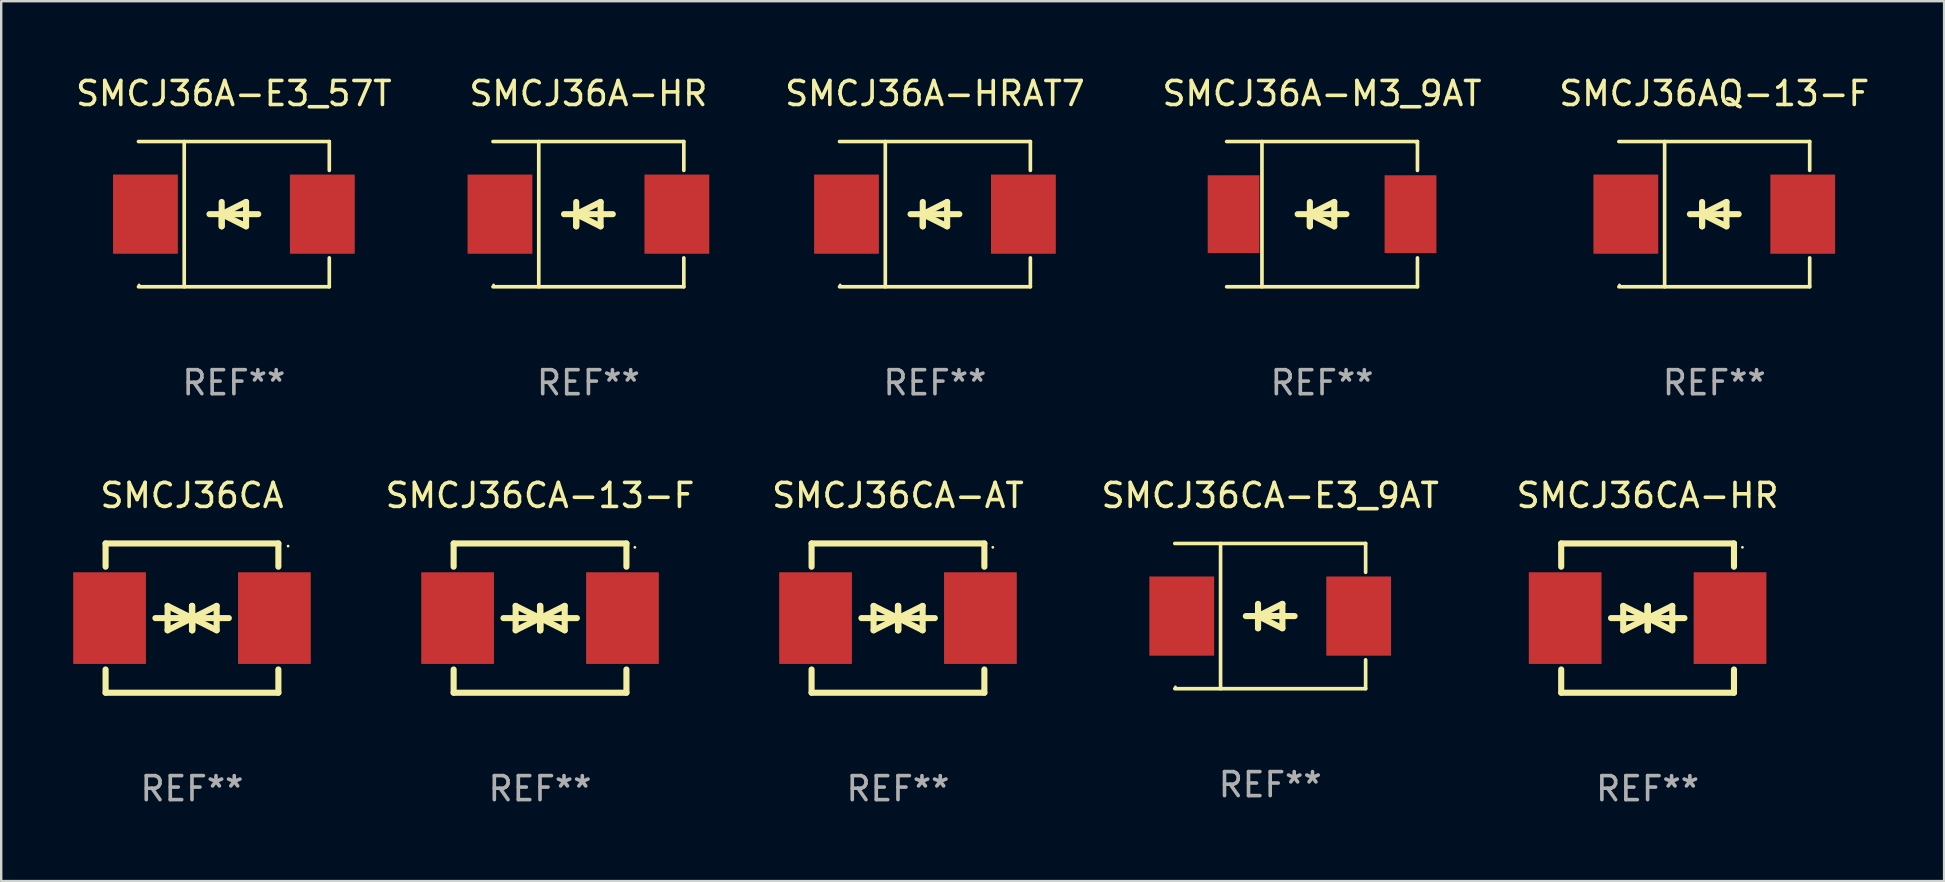
<source format=kicad_pcb>
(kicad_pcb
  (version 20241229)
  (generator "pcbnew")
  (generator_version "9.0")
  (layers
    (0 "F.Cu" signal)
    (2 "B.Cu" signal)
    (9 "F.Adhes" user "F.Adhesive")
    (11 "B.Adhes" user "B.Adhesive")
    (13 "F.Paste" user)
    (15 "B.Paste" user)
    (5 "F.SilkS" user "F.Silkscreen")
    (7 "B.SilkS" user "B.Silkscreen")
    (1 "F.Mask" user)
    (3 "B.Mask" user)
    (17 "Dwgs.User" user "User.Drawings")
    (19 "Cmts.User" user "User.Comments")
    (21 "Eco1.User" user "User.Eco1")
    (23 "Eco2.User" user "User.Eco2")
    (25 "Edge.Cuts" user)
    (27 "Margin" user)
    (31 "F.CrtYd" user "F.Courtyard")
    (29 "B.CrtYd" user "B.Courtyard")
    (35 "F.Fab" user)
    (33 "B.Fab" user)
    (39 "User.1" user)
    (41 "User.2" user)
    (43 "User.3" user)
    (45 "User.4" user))
  (footprint "SMCJ36A-M3_9AT"
    (layer "F.Cu")
    (at 52.042 5.874)
    (property "Reference" "SMCJ36A-M3_9AT" (at 0 -5.026 0) (layer "F.SilkS") (effects (font (size 1 1) (thickness 0.15))))
    (attr through_hole)
    (fp_line (start -3.976 -3.026) (end 3.976 -3.026) (stroke (width 0.152) (type solid)) (layer "F.SilkS"))
    (fp_line (start -3.976 3.026) (end 3.976 3.026) (stroke (width 0.152) (type solid)) (layer "F.SilkS"))
    (fp_line (start -2.504 -3.026) (end -2.504 3.026) (stroke (width 0.152) (type solid)) (layer "F.SilkS"))
    (fp_line (start -0.508 0) (end -0.508 0.508) (stroke (width 0.254) (type solid)) (layer "F.SilkS"))
    (fp_line (start -0.508 0) (end 0.508 0.508) (stroke (width 0.254) (type solid)) (layer "F.SilkS"))
    (fp_line (start -0.508 0.508) (end -0.508 -0.508) (stroke (width 0.254) (type solid)) (layer "F.SilkS"))
    (fp_line (start 0.508 -0.508) (end -0.508 0) (stroke (width 0.254) (type solid)) (layer "F.SilkS"))
    (fp_line (start 0.508 0.508) (end 0.508 -0.508) (stroke (width 0.254) (type solid)) (layer "F.SilkS"))
    (fp_line (start 1.016 0) (end -1.016 0) (stroke (width 0.254) (type solid)) (layer "F.SilkS"))
    (fp_line (start 3.976 -3.026) (end 3.976 -1.823) (stroke (width 0.152) (type solid)) (layer "F.SilkS"))
    (fp_line (start 3.976 3.026) (end 3.976 1.823) (stroke (width 0.152) (type solid)) (layer "F.SilkS"))
    (fp_circle (center 3.95 -2.95) (end 3.98 -2.95) (stroke (width 0.06) (type solid)) (fill no) (layer "F.SilkS"))
    (fp_text user "REF**" (at 0 7.026 0) (layer "F.Fab") (effects (font (size 1 1) (thickness 0.15))))
    (pad "1" smd rect (at 3.686 0 180) (size 2.158 3.24) (layers "F.Cu" "F.Mask" "F.Paste"))
    (pad "2" smd rect (at -3.686 0 180) (size 2.158 3.24) (layers "F.Cu" "F.Mask" "F.Paste")))
  (footprint "SMCJ36AQ-13-F"
    (layer "F.Cu")
    (at 68.387 5.874)
    (property "Reference" "SMCJ36AQ-13-F" (at 0 -5.026 0) (layer "F.SilkS") (effects (font (size 1 1) (thickness 0.15))))
    (attr through_hole)
    (fp_line (start -3.976 -3.026) (end 3.976 -3.026) (stroke (width 0.152) (type solid)) (layer "F.SilkS"))
    (fp_line (start -3.976 3.026) (end 3.976 3.026) (stroke (width 0.152) (type solid)) (layer "F.SilkS"))
    (fp_line (start -2.069 -3.026) (end -2.069 3.026) (stroke (width 0.152) (type solid)) (layer "F.SilkS"))
    (fp_line (start -0.508 0) (end -0.508 0.508) (stroke (width 0.254) (type solid)) (layer "F.SilkS"))
    (fp_line (start -0.508 0) (end 0.508 0.508) (stroke (width 0.254) (type solid)) (layer "F.SilkS"))
    (fp_line (start -0.508 0.508) (end -0.508 -0.508) (stroke (width 0.254) (type solid)) (layer "F.SilkS"))
    (fp_line (start 0.508 -0.508) (end -0.508 0) (stroke (width 0.254) (type solid)) (layer "F.SilkS"))
    (fp_line (start 0.508 0.508) (end 0.508 -0.508) (stroke (width 0.254) (type solid)) (layer "F.SilkS"))
    (fp_line (start 1.016 0) (end -1.016 0) (stroke (width 0.254) (type solid)) (layer "F.SilkS"))
    (fp_line (start 3.976 -3.026) (end 3.976 -1.823) (stroke (width 0.152) (type solid)) (layer "F.SilkS"))
    (fp_line (start 3.976 3.026) (end 3.976 1.823) (stroke (width 0.152) (type solid)) (layer "F.SilkS"))
    (fp_circle (center -3.95 2.95) (end -3.92 2.95) (stroke (width 0.06) (type solid)) (fill no) (layer "F.SilkS"))
    (fp_text user "REF**" (at 0 7.026 0) (layer "F.Fab") (effects (font (size 1 1) (thickness 0.15))))
    (pad "1" smd rect (at -3.686 0) (size 2.7 3.3) (layers "F.Cu" "F.Mask" "F.Paste"))
    (pad "2" smd rect (at 3.686 0) (size 2.7 3.3) (layers "F.Cu" "F.Mask" "F.Paste")))
  (footprint "SMCJ36A-HRAT7"
    (layer "F.Cu")
    (at 35.911 5.874)
    (property "Reference" "SMCJ36A-HRAT7" (at 0 -5.026 0) (layer "F.SilkS") (effects (font (size 1 1) (thickness 0.15))))
    (attr through_hole)
    (fp_line (start -3.976 -3.026) (end 3.976 -3.026) (stroke (width 0.152) (type solid)) (layer "F.SilkS"))
    (fp_line (start -3.976 3.026) (end 3.976 3.026) (stroke (width 0.152) (type solid)) (layer "F.SilkS"))
    (fp_line (start -2.069 -3.026) (end -2.069 3.026) (stroke (width 0.152) (type solid)) (layer "F.SilkS"))
    (fp_line (start -0.508 0) (end -0.508 0.508) (stroke (width 0.254) (type solid)) (layer "F.SilkS"))
    (fp_line (start -0.508 0) (end 0.508 0.508) (stroke (width 0.254) (type solid)) (layer "F.SilkS"))
    (fp_line (start -0.508 0.508) (end -0.508 -0.508) (stroke (width 0.254) (type solid)) (layer "F.SilkS"))
    (fp_line (start 0.508 -0.508) (end -0.508 0) (stroke (width 0.254) (type solid)) (layer "F.SilkS"))
    (fp_line (start 0.508 0.508) (end 0.508 -0.508) (stroke (width 0.254) (type solid)) (layer "F.SilkS"))
    (fp_line (start 1.016 0) (end -1.016 0) (stroke (width 0.254) (type solid)) (layer "F.SilkS"))
    (fp_line (start 3.976 -3.026) (end 3.976 -1.823) (stroke (width 0.152) (type solid)) (layer "F.SilkS"))
    (fp_line (start 3.976 3.026) (end 3.976 1.823) (stroke (width 0.152) (type solid)) (layer "F.SilkS"))
    (fp_circle (center -3.95 2.95) (end -3.92 2.95) (stroke (width 0.06) (type solid)) (fill no) (layer "F.SilkS"))
    (fp_text user "REF**" (at 0 7.026 0) (layer "F.Fab") (effects (font (size 1 1) (thickness 0.15))))
    (pad "1" smd rect (at -3.686 0) (size 2.7 3.3) (layers "F.Cu" "F.Mask" "F.Paste"))
    (pad "2" smd rect (at 3.686 0) (size 2.7 3.3) (layers "F.Cu" "F.Mask" "F.Paste")))
  (footprint "SMCJ36CA-AT"
    (layer "F.Cu")
    (at 34.37 22.707)
    (property "Reference" "SMCJ36CA-AT" (at 0 -5.11 0) (layer "F.SilkS") (effects (font (size 1 1) (thickness 0.15))))
    (attr through_hole)
    (fp_line (start -3.6 -2.141) (end -3.6 -3.11) (stroke (width 0.254) (type solid)) (layer "F.SilkS"))
    (fp_line (start -3.6 3.11) (end -3.6 2.141) (stroke (width 0.254) (type solid)) (layer "F.SilkS"))
    (fp_line (start -1.524 0) (end 0.508 0) (stroke (width 0.254) (type solid)) (layer "F.SilkS"))
    (fp_line (start -1.016 -0.508) (end -1.016 0.508) (stroke (width 0.254) (type solid)) (layer "F.SilkS"))
    (fp_line (start -1.016 0.508) (end 0 0) (stroke (width 0.254) (type solid)) (layer "F.SilkS"))
    (fp_line (start 0 -0.508) (end 0 0.508) (stroke (width 0.254) (type solid)) (layer "F.SilkS"))
    (fp_line (start 0 0) (end -1.016 -0.508) (stroke (width 0.254) (type solid)) (layer "F.SilkS"))
    (fp_line (start 0 0) (end 0 -0.508) (stroke (width 0.254) (type solid)) (layer "F.SilkS"))
    (fp_line (start 0.012 0) (end 0.012 0.508) (stroke (width 0.254) (type solid)) (layer "F.SilkS"))
    (fp_line (start 0.012 0) (end 1.028 0.508) (stroke (width 0.254) (type solid)) (layer "F.SilkS"))
    (fp_line (start 0.012 0.508) (end 0.012 -0.508) (stroke (width 0.254) (type solid)) (layer "F.SilkS"))
    (fp_line (start 1.028 -0.508) (end 0.012 0) (stroke (width 0.254) (type solid)) (layer "F.SilkS"))
    (fp_line (start 1.028 0.508) (end 1.028 -0.508) (stroke (width 0.254) (type solid)) (layer "F.SilkS"))
    (fp_line (start 1.536 0) (end -0.496 0) (stroke (width 0.254) (type solid)) (layer "F.SilkS"))
    (fp_line (start 3.6 -3.11) (end -3.6 -3.11) (stroke (width 0.254) (type solid)) (layer "F.SilkS"))
    (fp_line (start 3.6 -2.141) (end 3.6 -3.11) (stroke (width 0.254) (type solid)) (layer "F.SilkS"))
    (fp_line (start 3.6 3.11) (end -3.6 3.11) (stroke (width 0.254) (type solid)) (layer "F.SilkS"))
    (fp_line (start 3.6 3.11) (end 3.6 2.141) (stroke (width 0.254) (type solid)) (layer "F.SilkS"))
    (fp_circle (center 3.952 -2.95) (end 3.982 -2.95) (stroke (width 0.06) (type solid)) (fill no) (layer "F.SilkS"))
    (fp_text user "REF**" (at 0 7.11 0) (layer "F.Fab") (effects (font (size 1 1) (thickness 0.15))))
    (pad "1" smd rect (at 3.435 0) (size 3.03 3.82) (layers "F.Cu" "F.Mask" "F.Paste"))
    (pad "2" smd rect (at -3.435 0) (size 3.03 3.82) (layers "F.Cu" "F.Mask" "F.Paste")))
  (footprint "SMCJ36CA-E3_9AT"
    (layer "F.Cu")
    (at 49.882 22.623)
    (property "Reference" "SMCJ36CA-E3_9AT" (at 0 -5.026 0) (layer "F.SilkS") (effects (font (size 1 1) (thickness 0.15))))
    (attr through_hole)
    (fp_line (start -3.976 -3.026) (end 3.976 -3.026) (stroke (width 0.152) (type solid)) (layer "F.SilkS"))
    (fp_line (start -3.976 3.026) (end 3.976 3.026) (stroke (width 0.152) (type solid)) (layer "F.SilkS"))
    (fp_line (start -2.069 -3.026) (end -2.069 3.026) (stroke (width 0.152) (type solid)) (layer "F.SilkS"))
    (fp_line (start -0.508 0) (end -0.508 0.508) (stroke (width 0.254) (type solid)) (layer "F.SilkS"))
    (fp_line (start -0.508 0) (end 0.508 0.508) (stroke (width 0.254) (type solid)) (layer "F.SilkS"))
    (fp_line (start -0.508 0.508) (end -0.508 -0.508) (stroke (width 0.254) (type solid)) (layer "F.SilkS"))
    (fp_line (start 0.508 -0.508) (end -0.508 0) (stroke (width 0.254) (type solid)) (layer "F.SilkS"))
    (fp_line (start 0.508 0.508) (end 0.508 -0.508) (stroke (width 0.254) (type solid)) (layer "F.SilkS"))
    (fp_line (start 1.016 0) (end -1.016 0) (stroke (width 0.254) (type solid)) (layer "F.SilkS"))
    (fp_line (start 3.976 -3.026) (end 3.976 -1.823) (stroke (width 0.152) (type solid)) (layer "F.SilkS"))
    (fp_line (start 3.976 3.026) (end 3.976 1.823) (stroke (width 0.152) (type solid)) (layer "F.SilkS"))
    (fp_circle (center -3.95 2.95) (end -3.92 2.95) (stroke (width 0.06) (type solid)) (fill no) (layer "F.SilkS"))
    (fp_text user "REF**" (at 0 7.026 0) (layer "F.Fab") (effects (font (size 1 1) (thickness 0.15))))
    (pad "1" smd rect (at -3.686 0) (size 2.7 3.3) (layers "F.Cu" "F.Mask" "F.Paste"))
    (pad "2" smd rect (at 3.686 0) (size 2.7 3.3) (layers "F.Cu" "F.Mask" "F.Paste")))
  (footprint "SMCJ36CA"
    (layer "F.Cu")
    (at 4.95 22.707)
    (property "Reference" "SMCJ36CA" (at 0 -5.11 0) (layer "F.SilkS") (effects (font (size 1 1) (thickness 0.15))))
    (attr through_hole)
    (fp_line (start -3.6 -2.141) (end -3.6 -3.11) (stroke (width 0.254) (type solid)) (layer "F.SilkS"))
    (fp_line (start -3.6 3.11) (end -3.6 2.141) (stroke (width 0.254) (type solid)) (layer "F.SilkS"))
    (fp_line (start -1.524 0) (end 0.508 0) (stroke (width 0.254) (type solid)) (layer "F.SilkS"))
    (fp_line (start -1.016 -0.508) (end -1.016 0.508) (stroke (width 0.254) (type solid)) (layer "F.SilkS"))
    (fp_line (start -1.016 0.508) (end 0 0) (stroke (width 0.254) (type solid)) (layer "F.SilkS"))
    (fp_line (start 0 -0.508) (end 0 0.508) (stroke (width 0.254) (type solid)) (layer "F.SilkS"))
    (fp_line (start 0 0) (end -1.016 -0.508) (stroke (width 0.254) (type solid)) (layer "F.SilkS"))
    (fp_line (start 0 0) (end 0 -0.508) (stroke (width 0.254) (type solid)) (layer "F.SilkS"))
    (fp_line (start 0.012 0) (end 0.012 0.508) (stroke (width 0.254) (type solid)) (layer "F.SilkS"))
    (fp_line (start 0.012 0) (end 1.028 0.508) (stroke (width 0.254) (type solid)) (layer "F.SilkS"))
    (fp_line (start 0.012 0.508) (end 0.012 -0.508) (stroke (width 0.254) (type solid)) (layer "F.SilkS"))
    (fp_line (start 1.028 -0.508) (end 0.012 0) (stroke (width 0.254) (type solid)) (layer "F.SilkS"))
    (fp_line (start 1.028 0.508) (end 1.028 -0.508) (stroke (width 0.254) (type solid)) (layer "F.SilkS"))
    (fp_line (start 1.536 0) (end -0.496 0) (stroke (width 0.254) (type solid)) (layer "F.SilkS"))
    (fp_line (start 3.6 -3.11) (end -3.6 -3.11) (stroke (width 0.254) (type solid)) (layer "F.SilkS"))
    (fp_line (start 3.6 -2.141) (end 3.6 -3.11) (stroke (width 0.254) (type solid)) (layer "F.SilkS"))
    (fp_line (start 3.6 3.11) (end -3.6 3.11) (stroke (width 0.254) (type solid)) (layer "F.SilkS"))
    (fp_line (start 3.6 3.11) (end 3.6 2.141) (stroke (width 0.254) (type solid)) (layer "F.SilkS"))
    (fp_circle (center 4.005 -3) (end 4.035 -3) (stroke (width 0.06) (type solid)) (fill no) (layer "F.SilkS"))
    (fp_text user "REF**" (at 0 7.11 0) (layer "F.Fab") (effects (font (size 1 1) (thickness 0.15))))
    (pad "1" smd rect (at 3.435 0) (size 3.03 3.82) (layers "F.Cu" "F.Mask" "F.Paste"))
    (pad "2" smd rect (at -3.435 0) (size 3.03 3.82) (layers "F.Cu" "F.Mask" "F.Paste")))
  (footprint "SMCJ36CA-13-F"
    (layer "F.Cu")
    (at 19.454 22.707)
    (property "Reference" "SMCJ36CA-13-F" (at 0 -5.11 0) (layer "F.SilkS") (effects (font (size 1 1) (thickness 0.15))))
    (attr through_hole)
    (fp_line (start -3.6 -2.141) (end -3.6 -3.11) (stroke (width 0.254) (type solid)) (layer "F.SilkS"))
    (fp_line (start -3.6 3.11) (end -3.6 2.141) (stroke (width 0.254) (type solid)) (layer "F.SilkS"))
    (fp_line (start -1.524 0) (end 0.508 0) (stroke (width 0.254) (type solid)) (layer "F.SilkS"))
    (fp_line (start -1.016 -0.508) (end -1.016 0.508) (stroke (width 0.254) (type solid)) (layer "F.SilkS"))
    (fp_line (start -1.016 0.508) (end 0 0) (stroke (width 0.254) (type solid)) (layer "F.SilkS"))
    (fp_line (start 0 -0.508) (end 0 0.508) (stroke (width 0.254) (type solid)) (layer "F.SilkS"))
    (fp_line (start 0 0) (end -1.016 -0.508) (stroke (width 0.254) (type solid)) (layer "F.SilkS"))
    (fp_line (start 0 0) (end 0 -0.508) (stroke (width 0.254) (type solid)) (layer "F.SilkS"))
    (fp_line (start 0.012 0) (end 0.012 0.508) (stroke (width 0.254) (type solid)) (layer "F.SilkS"))
    (fp_line (start 0.012 0) (end 1.028 0.508) (stroke (width 0.254) (type solid)) (layer "F.SilkS"))
    (fp_line (start 0.012 0.508) (end 0.012 -0.508) (stroke (width 0.254) (type solid)) (layer "F.SilkS"))
    (fp_line (start 1.028 -0.508) (end 0.012 0) (stroke (width 0.254) (type solid)) (layer "F.SilkS"))
    (fp_line (start 1.028 0.508) (end 1.028 -0.508) (stroke (width 0.254) (type solid)) (layer "F.SilkS"))
    (fp_line (start 1.536 0) (end -0.496 0) (stroke (width 0.254) (type solid)) (layer "F.SilkS"))
    (fp_line (start 3.6 -3.11) (end -3.6 -3.11) (stroke (width 0.254) (type solid)) (layer "F.SilkS"))
    (fp_line (start 3.6 -2.141) (end 3.6 -3.11) (stroke (width 0.254) (type solid)) (layer "F.SilkS"))
    (fp_line (start 3.6 3.11) (end -3.6 3.11) (stroke (width 0.254) (type solid)) (layer "F.SilkS"))
    (fp_line (start 3.6 3.11) (end 3.6 2.141) (stroke (width 0.254) (type solid)) (layer "F.SilkS"))
    (fp_circle (center 3.952 -2.95) (end 3.982 -2.95) (stroke (width 0.06) (type solid)) (fill no) (layer "F.SilkS"))
    (fp_text user "REF**" (at 0 7.11 0) (layer "F.Fab") (effects (font (size 1 1) (thickness 0.15))))
    (pad "1" smd rect (at 3.435 0) (size 3.03 3.82) (layers "F.Cu" "F.Mask" "F.Paste"))
    (pad "2" smd rect (at -3.435 0) (size 3.03 3.82) (layers "F.Cu" "F.Mask" "F.Paste")))
  (footprint "SMCJ36CA-HR"
    (layer "F.Cu")
    (at 65.608 22.707)
    (property "Reference" "SMCJ36CA-HR" (at 0 -5.11 0) (layer "F.SilkS") (effects (font (size 1 1) (thickness 0.15))))
    (attr through_hole)
    (fp_line (start -3.6 -2.141) (end -3.6 -3.11) (stroke (width 0.254) (type solid)) (layer "F.SilkS"))
    (fp_line (start -3.6 3.11) (end -3.6 2.141) (stroke (width 0.254) (type solid)) (layer "F.SilkS"))
    (fp_line (start -1.524 0) (end 0.508 0) (stroke (width 0.254) (type solid)) (layer "F.SilkS"))
    (fp_line (start -1.016 -0.508) (end -1.016 0.508) (stroke (width 0.254) (type solid)) (layer "F.SilkS"))
    (fp_line (start -1.016 0.508) (end 0 0) (stroke (width 0.254) (type solid)) (layer "F.SilkS"))
    (fp_line (start 0 -0.508) (end 0 0.508) (stroke (width 0.254) (type solid)) (layer "F.SilkS"))
    (fp_line (start 0 0) (end -1.016 -0.508) (stroke (width 0.254) (type solid)) (layer "F.SilkS"))
    (fp_line (start 0 0) (end 0 -0.508) (stroke (width 0.254) (type solid)) (layer "F.SilkS"))
    (fp_line (start 0.012 0) (end 0.012 0.508) (stroke (width 0.254) (type solid)) (layer "F.SilkS"))
    (fp_line (start 0.012 0) (end 1.028 0.508) (stroke (width 0.254) (type solid)) (layer "F.SilkS"))
    (fp_line (start 0.012 0.508) (end 0.012 -0.508) (stroke (width 0.254) (type solid)) (layer "F.SilkS"))
    (fp_line (start 1.028 -0.508) (end 0.012 0) (stroke (width 0.254) (type solid)) (layer "F.SilkS"))
    (fp_line (start 1.028 0.508) (end 1.028 -0.508) (stroke (width 0.254) (type solid)) (layer "F.SilkS"))
    (fp_line (start 1.536 0) (end -0.496 0) (stroke (width 0.254) (type solid)) (layer "F.SilkS"))
    (fp_line (start 3.6 -3.11) (end -3.6 -3.11) (stroke (width 0.254) (type solid)) (layer "F.SilkS"))
    (fp_line (start 3.6 -2.141) (end 3.6 -3.11) (stroke (width 0.254) (type solid)) (layer "F.SilkS"))
    (fp_line (start 3.6 3.11) (end -3.6 3.11) (stroke (width 0.254) (type solid)) (layer "F.SilkS"))
    (fp_line (start 3.6 3.11) (end 3.6 2.141) (stroke (width 0.254) (type solid)) (layer "F.SilkS"))
    (fp_circle (center 3.952 -2.95) (end 3.982 -2.95) (stroke (width 0.06) (type solid)) (fill no) (layer "F.SilkS"))
    (fp_text user "REF**" (at 0 7.11 0) (layer "F.Fab") (effects (font (size 1 1) (thickness 0.15))))
    (pad "1" smd rect (at 3.435 0) (size 3.03 3.82) (layers "F.Cu" "F.Mask" "F.Paste"))
    (pad "2" smd rect (at -3.435 0) (size 3.03 3.82) (layers "F.Cu" "F.Mask" "F.Paste")))
  (footprint "SMCJ36A-E3_57T"
    (layer "F.Cu")
    (at 6.696 5.874)
    (property "Reference" "SMCJ36A-E3_57T" (at 0 -5.026 0) (layer "F.SilkS") (effects (font (size 1 1) (thickness 0.15))))
    (attr through_hole)
    (fp_line (start -3.976 -3.026) (end 3.976 -3.026) (stroke (width 0.152) (type solid)) (layer "F.SilkS"))
    (fp_line (start -3.976 3.026) (end 3.976 3.026) (stroke (width 0.152) (type solid)) (layer "F.SilkS"))
    (fp_line (start -2.069 -3.026) (end -2.069 3.026) (stroke (width 0.152) (type solid)) (layer "F.SilkS"))
    (fp_line (start -0.508 0) (end -0.508 0.508) (stroke (width 0.254) (type solid)) (layer "F.SilkS"))
    (fp_line (start -0.508 0) (end 0.508 0.508) (stroke (width 0.254) (type solid)) (layer "F.SilkS"))
    (fp_line (start -0.508 0.508) (end -0.508 -0.508) (stroke (width 0.254) (type solid)) (layer "F.SilkS"))
    (fp_line (start 0.508 -0.508) (end -0.508 0) (stroke (width 0.254) (type solid)) (layer "F.SilkS"))
    (fp_line (start 0.508 0.508) (end 0.508 -0.508) (stroke (width 0.254) (type solid)) (layer "F.SilkS"))
    (fp_line (start 1.016 0) (end -1.016 0) (stroke (width 0.254) (type solid)) (layer "F.SilkS"))
    (fp_line (start 3.976 -3.026) (end 3.976 -1.823) (stroke (width 0.152) (type solid)) (layer "F.SilkS"))
    (fp_line (start 3.976 3.026) (end 3.976 1.823) (stroke (width 0.152) (type solid)) (layer "F.SilkS"))
    (fp_circle (center -3.95 2.95) (end -3.92 2.95) (stroke (width 0.06) (type solid)) (fill no) (layer "F.SilkS"))
    (fp_text user "REF**" (at 0 7.026 0) (layer "F.Fab") (effects (font (size 1 1) (thickness 0.15))))
    (pad "1" smd rect (at -3.686 0) (size 2.7 3.3) (layers "F.Cu" "F.Mask" "F.Paste"))
    (pad "2" smd rect (at 3.686 0) (size 2.7 3.3) (layers "F.Cu" "F.Mask" "F.Paste")))
  (footprint "SMCJ36A-HR"
    (layer "F.Cu")
    (at 21.47 5.874)
    (property "Reference" "SMCJ36A-HR" (at 0 -5.026 0) (layer "F.SilkS") (effects (font (size 1 1) (thickness 0.15))))
    (attr through_hole)
    (fp_line (start -3.976 -3.026) (end 3.976 -3.026) (stroke (width 0.152) (type solid)) (layer "F.SilkS"))
    (fp_line (start -3.976 3.026) (end 3.976 3.026) (stroke (width 0.152) (type solid)) (layer "F.SilkS"))
    (fp_line (start -2.069 -3.026) (end -2.069 3.026) (stroke (width 0.152) (type solid)) (layer "F.SilkS"))
    (fp_line (start -0.508 0) (end -0.508 0.508) (stroke (width 0.254) (type solid)) (layer "F.SilkS"))
    (fp_line (start -0.508 0) (end 0.508 0.508) (stroke (width 0.254) (type solid)) (layer "F.SilkS"))
    (fp_line (start -0.508 0.508) (end -0.508 -0.508) (stroke (width 0.254) (type solid)) (layer "F.SilkS"))
    (fp_line (start 0.508 -0.508) (end -0.508 0) (stroke (width 0.254) (type solid)) (layer "F.SilkS"))
    (fp_line (start 0.508 0.508) (end 0.508 -0.508) (stroke (width 0.254) (type solid)) (layer "F.SilkS"))
    (fp_line (start 1.016 0) (end -1.016 0) (stroke (width 0.254) (type solid)) (layer "F.SilkS"))
    (fp_line (start 3.976 -3.026) (end 3.976 -1.823) (stroke (width 0.152) (type solid)) (layer "F.SilkS"))
    (fp_line (start 3.976 3.026) (end 3.976 1.823) (stroke (width 0.152) (type solid)) (layer "F.SilkS"))
    (fp_circle (center -3.95 2.95) (end -3.92 2.95) (stroke (width 0.06) (type solid)) (fill no) (layer "F.SilkS"))
    (fp_text user "REF**" (at 0 7.026 0) (layer "F.Fab") (effects (font (size 1 1) (thickness 0.15))))
    (pad "1" smd rect (at -3.686 0) (size 2.7 3.3) (layers "F.Cu" "F.Mask" "F.Paste"))
    (pad "2" smd rect (at 3.686 0) (size 2.7 3.3) (layers "F.Cu" "F.Mask" "F.Paste")))
  (gr_rect
    (start -3 -3)
    (end 77.964 33.665)
    (stroke (width 0.1) (type default))
    (fill no)
    (layer "Edge.Cuts")))
</source>
